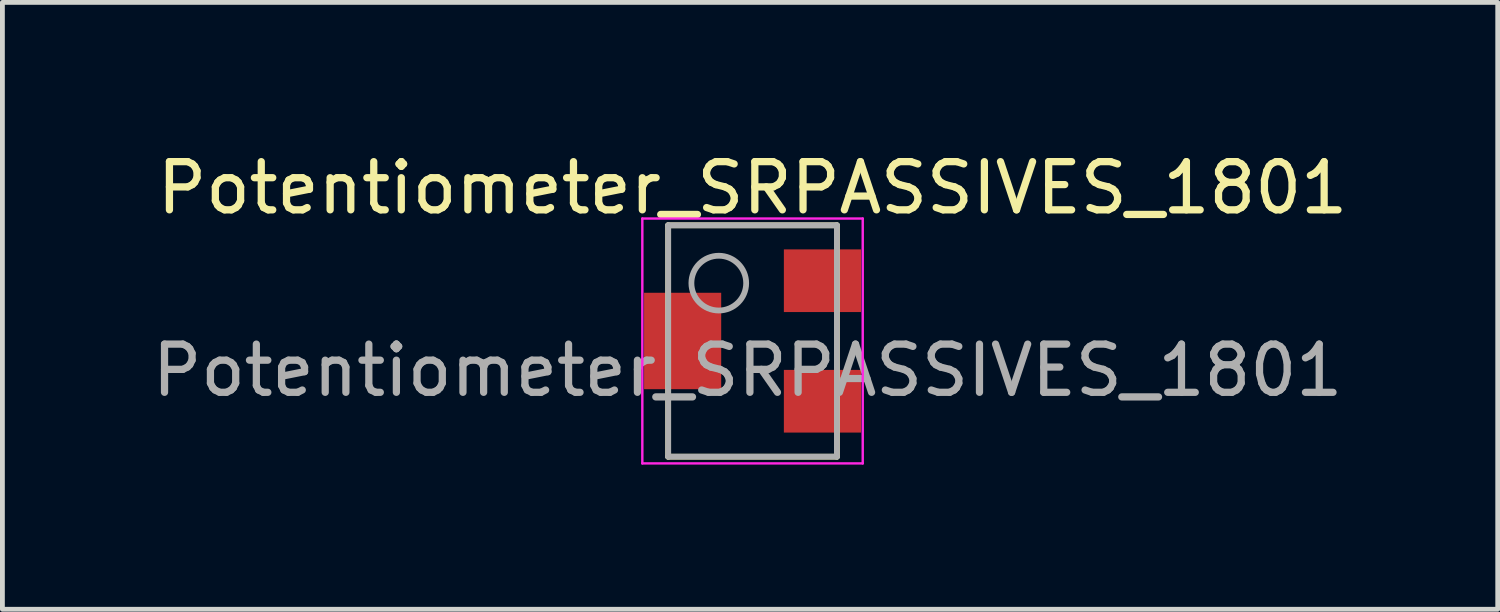
<source format=kicad_pcb>
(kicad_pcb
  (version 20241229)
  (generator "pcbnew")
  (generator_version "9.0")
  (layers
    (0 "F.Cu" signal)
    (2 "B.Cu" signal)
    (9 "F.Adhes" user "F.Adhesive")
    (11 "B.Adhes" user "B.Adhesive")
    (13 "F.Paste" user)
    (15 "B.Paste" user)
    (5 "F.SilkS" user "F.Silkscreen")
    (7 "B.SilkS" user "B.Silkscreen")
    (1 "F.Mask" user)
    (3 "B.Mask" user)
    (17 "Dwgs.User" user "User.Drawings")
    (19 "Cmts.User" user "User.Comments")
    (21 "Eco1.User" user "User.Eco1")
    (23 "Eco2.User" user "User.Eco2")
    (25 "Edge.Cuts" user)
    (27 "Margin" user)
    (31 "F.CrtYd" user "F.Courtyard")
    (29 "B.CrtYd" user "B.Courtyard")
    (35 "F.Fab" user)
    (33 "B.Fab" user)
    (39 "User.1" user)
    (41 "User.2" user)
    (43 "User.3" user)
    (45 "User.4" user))
  (footprint "Potentiometer_SRPASSIVES_1801"
    (layer "F.Cu")
    (at 12.56 4.023)
    (property "Reference" "Potentiometer_SRPASSIVES_1801" (at 0 -3.175 0) (layer "F.SilkS") (effects (font (size 1 1) (thickness 0.15))))
    (attr smd)
    (fp_line (start -1.75 -2.4) (end -1.75 2.4) (stroke (width 0.12) (type solid)) (layer "F.SilkS"))
    (fp_line (start 1.75 -2.4) (end -1.75 -2.4) (stroke (width 0.12) (type solid)) (layer "F.SilkS"))
    (fp_line (start 1.75 -2.4) (end 1.75 2.4) (stroke (width 0.12) (type solid)) (layer "F.SilkS"))
    (fp_line (start 1.75 2.4) (end -1.75 2.4) (stroke (width 0.12) (type solid)) (layer "F.SilkS"))
    (fp_line (start -2.286 -2.54) (end 2.286 -2.54) (stroke (width 0.05) (type solid)) (layer "F.CrtYd"))
    (fp_line (start -2.286 2.54) (end -2.286 -2.54) (stroke (width 0.05) (type solid)) (layer "F.CrtYd"))
    (fp_line (start 2.286 -2.54) (end 2.286 2.54) (stroke (width 0.05) (type solid)) (layer "F.CrtYd"))
    (fp_line (start 2.286 2.54) (end -2.286 2.54) (stroke (width 0.05) (type solid)) (layer "F.CrtYd"))
    (fp_line (start -1.75 -2.4) (end -1.75 2.4) (stroke (width 0.12) (type solid)) (layer "F.Fab"))
    (fp_line (start 1.75 -2.4) (end -1.75 -2.4) (stroke (width 0.12) (type solid)) (layer "F.Fab"))
    (fp_line (start 1.75 -2.4) (end 1.75 2.4) (stroke (width 0.12) (type solid)) (layer "F.Fab"))
    (fp_line (start 1.75 2.4) (end -1.75 2.4) (stroke (width 0.12) (type solid)) (layer "F.Fab"))
    (fp_circle (center -0.7 -1.2) (end -0.132 -1.2) (stroke (width 0.12) (type solid)) (fill no) (layer "F.Fab"))
    (fp_text user "${REFERENCE}" (at -0.102 0.61 0) (layer "F.Fab") (effects (font (size 1 1) (thickness 0.15))))
    (pad "1" smd rect (at 1.45 -1.25) (size 1.6 1.3) (layers "F.Cu" "F.Mask" "F.Paste"))
    (pad "2" smd rect (at -1.45 0) (size 1.6 2) (layers "F.Cu" "F.Mask" "F.Paste"))
    (pad "3" smd rect (at 1.45 1.25) (size 1.6 1.3) (layers "F.Cu" "F.Mask" "F.Paste")))
  (gr_rect
    (start -3 -3)
    (end 28.018 9.588)
    (stroke (width 0.1) (type default))
    (fill no)
    (layer "Edge.Cuts")))
</source>
